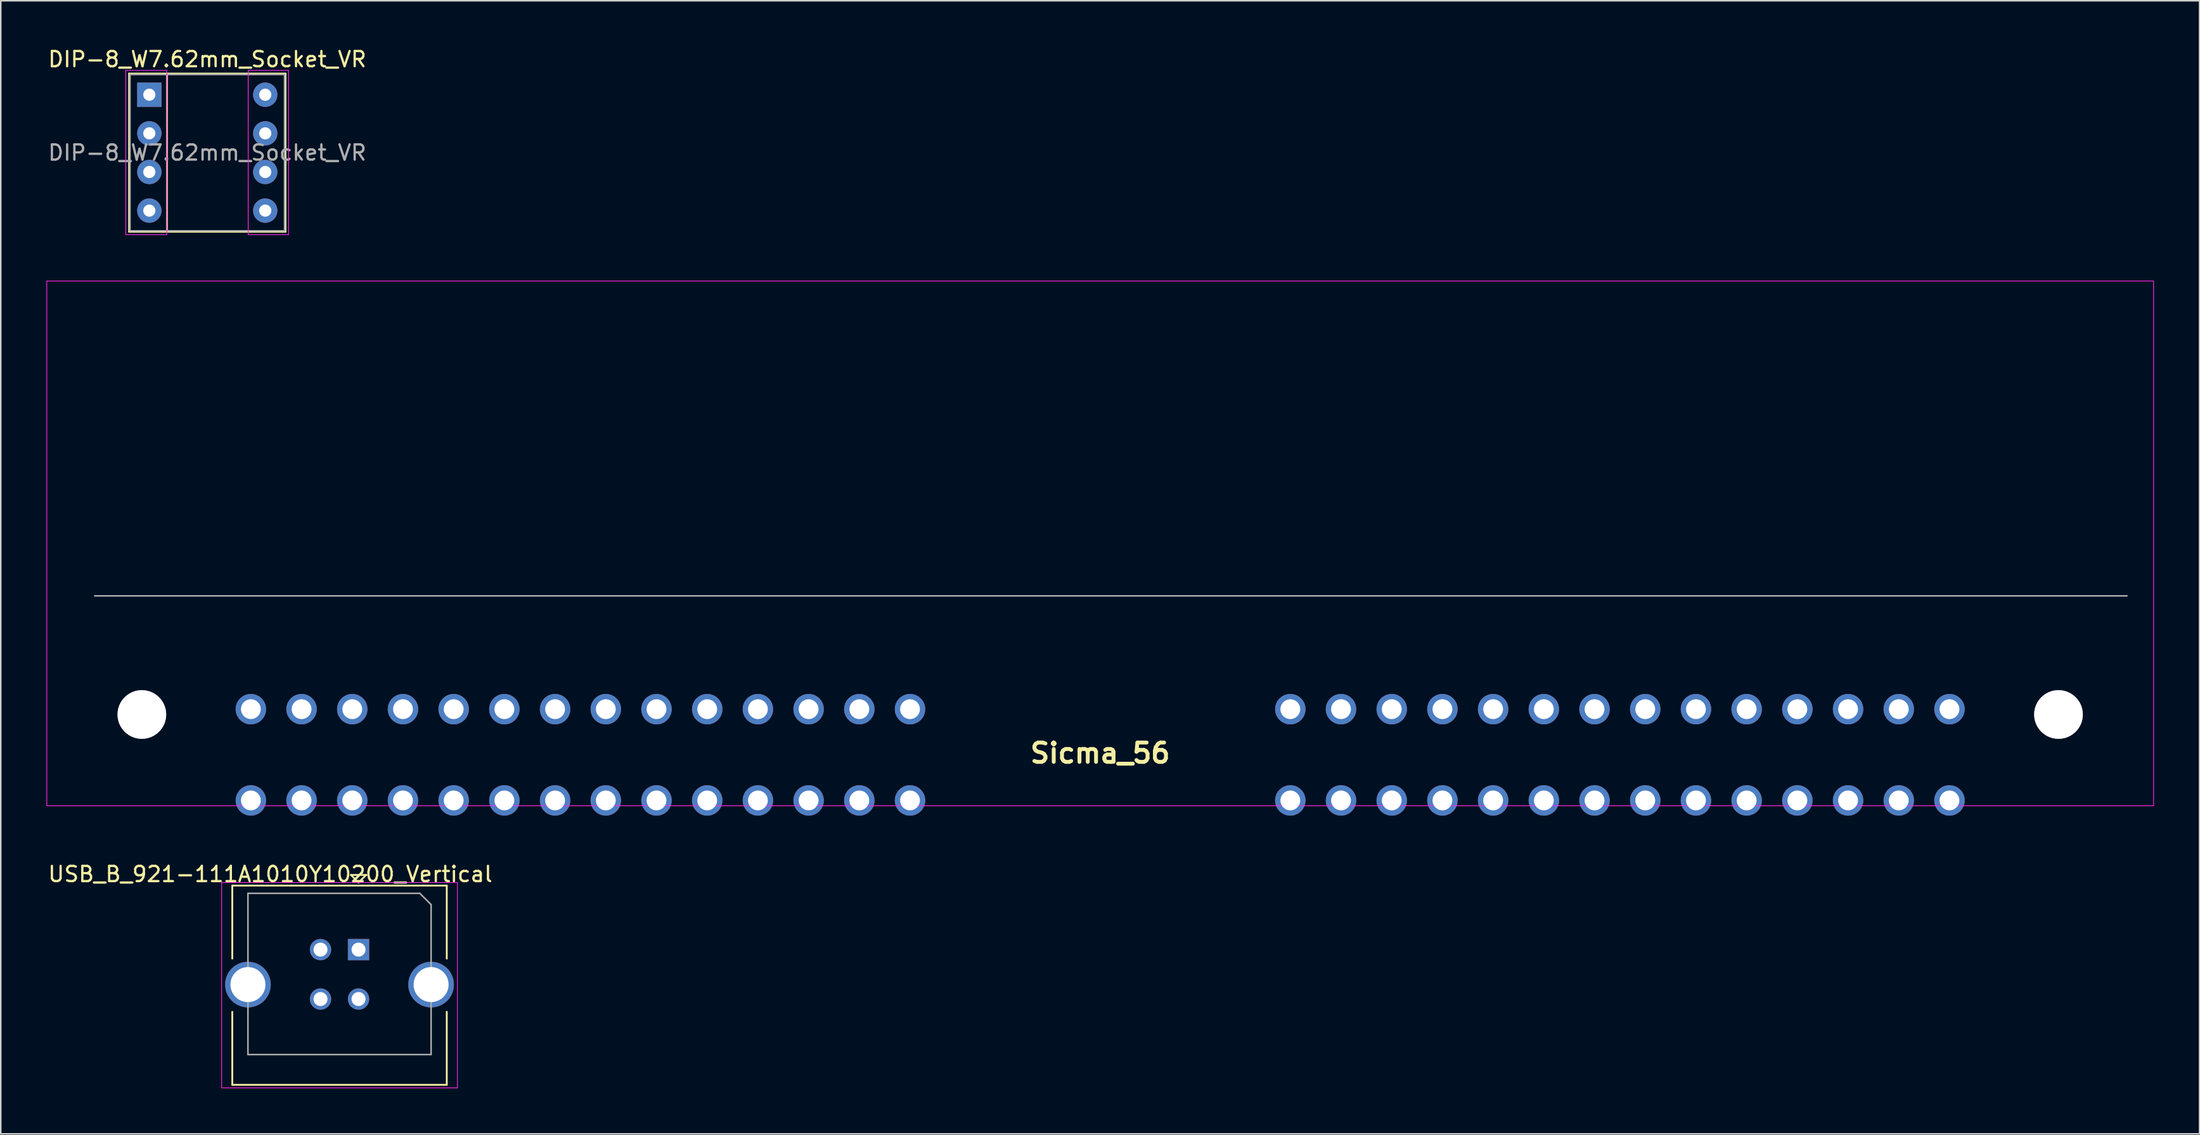
<source format=kicad_pcb>
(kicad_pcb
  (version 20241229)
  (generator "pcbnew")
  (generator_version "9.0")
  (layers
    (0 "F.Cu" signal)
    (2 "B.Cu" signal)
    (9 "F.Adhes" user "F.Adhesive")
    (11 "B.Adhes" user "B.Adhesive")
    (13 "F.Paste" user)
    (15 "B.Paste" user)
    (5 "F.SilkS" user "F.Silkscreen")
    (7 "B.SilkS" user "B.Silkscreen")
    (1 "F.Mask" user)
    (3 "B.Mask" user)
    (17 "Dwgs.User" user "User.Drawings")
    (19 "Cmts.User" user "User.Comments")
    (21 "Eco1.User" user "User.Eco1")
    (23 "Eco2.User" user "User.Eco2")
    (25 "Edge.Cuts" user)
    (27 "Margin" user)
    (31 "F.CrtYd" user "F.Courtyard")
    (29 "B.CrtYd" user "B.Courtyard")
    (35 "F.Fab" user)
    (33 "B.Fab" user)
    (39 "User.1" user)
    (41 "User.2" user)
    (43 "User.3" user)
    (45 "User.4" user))
  (footprint "Sicma_56"
    (layer "F.Cu")
    (at 69.275 43.928)
    (property "Reference" "Sicma_56" (at 0 2.54 180) (layer "F.SilkS") (effects (font (size 1.27 1.27) (thickness 0.254))))
    (attr through_hole)
    (fp_line (start -63 0) (end -63 1) (stroke (width 0.12) (type solid)) (layer "Dwgs.User"))
    (fp_line (start -32.5 -0.35) (end -32.5 -0.05) (stroke (width 0.12) (type solid)) (layer "Dwgs.User"))
    (fp_line (start -32.5 5.65) (end -32.5 5.95) (stroke (width 0.12) (type solid)) (layer "Dwgs.User"))
    (fp_line (start 32.5 -0.35) (end 32.5 -0.65) (stroke (width 0.12) (type solid)) (layer "Dwgs.User"))
    (fp_line (start 32.5 5.65) (end 32.5 5.35) (stroke (width 0.12) (type solid)) (layer "Dwgs.User"))
    (fp_line (start 63 0) (end 63 1) (stroke (width 0.12) (type solid)) (layer "Dwgs.User"))
    (fp_line (start -69.25 -28.5) (end -69.25 6) (stroke (width 0.05) (type solid)) (layer "F.CrtYd"))
    (fp_line (start -69.25 6) (end 69.25 6) (stroke (width 0.05) (type solid)) (layer "F.CrtYd"))
    (fp_line (start 69.25 -28.5) (end -69.25 -28.5) (stroke (width 0.05) (type solid)) (layer "F.CrtYd"))
    (fp_line (start 69.25 6) (end 69.25 -28.5) (stroke (width 0.05) (type solid)) (layer "F.CrtYd"))
    (fp_line (start 67.5 -7.8) (end -66.1 -7.8) (stroke (width 0.1) (type solid)) (layer "F.Fab"))
    (pad "" thru_hole circle (at -63 0) (size 3.2 3.2) (drill 3.2) (layers "*.Cu" "*.Mask"))
    (pad "" thru_hole circle (at 63 0) (size 3.2 3.2) (drill 3.2) (layers "*.Cu" "*.Mask"))
    (pad "1" thru_hole circle (at -55.833 -0.35) (size 2 2) (drill 1.3) (layers "*.Cu" "*.Mask"))
    (pad "2" thru_hole circle (at -52.5 -0.35) (size 2 2) (drill 1.3) (layers "*.Cu" "*.Mask"))
    (pad "3" thru_hole circle (at -49.167 -0.35 180) (size 2 2) (drill 1.3) (layers "*.Cu" "*.Mask"))
    (pad "4" thru_hole circle (at -45.833 -0.35 180) (size 2 2) (drill 1.3) (layers "*.Cu" "*.Mask"))
    (pad "5" thru_hole circle (at -42.5 -0.35 180) (size 2 2) (drill 1.3) (layers "*.Cu" "*.Mask"))
    (pad "6" thru_hole circle (at -39.167 -0.35 180) (size 2 2) (drill 1.3) (layers "*.Cu" "*.Mask"))
    (pad "7" thru_hole circle (at -35.833 -0.35 180) (size 2 2) (drill 1.3) (layers "*.Cu" "*.Mask"))
    (pad "8" thru_hole circle (at -32.5 -0.35 180) (size 2 2) (drill 1.3) (layers "*.Cu" "*.Mask"))
    (pad "9" thru_hole circle (at -29.167 -0.35 180) (size 2 2) (drill 1.3) (layers "*.Cu" "*.Mask"))
    (pad "10" thru_hole circle (at -25.833 -0.35 180) (size 2 2) (drill 1.3) (layers "*.Cu" "*.Mask"))
    (pad "11" thru_hole circle (at -22.5 -0.35 180) (size 2 2) (drill 1.3) (layers "*.Cu" "*.Mask"))
    (pad "12" thru_hole circle (at -19.167 -0.35 180) (size 2 2) (drill 1.3) (layers "*.Cu" "*.Mask"))
    (pad "13" thru_hole circle (at -15.833 -0.35 180) (size 2 2) (drill 1.3) (layers "*.Cu" "*.Mask"))
    (pad "14" thru_hole circle (at -12.5 -0.35 180) (size 2 2) (drill 1.3) (layers "*.Cu" "*.Mask"))
    (pad "15" thru_hole circle (at -55.833 5.65) (size 2 2) (drill 1.3) (layers "*.Cu" "*.Mask"))
    (pad "16" thru_hole circle (at -52.5 5.65) (size 2 2) (drill 1.3) (layers "*.Cu" "*.Mask"))
    (pad "17" thru_hole circle (at -49.167 5.65 180) (size 2 2) (drill 1.3) (layers "*.Cu" "*.Mask"))
    (pad "18" thru_hole circle (at -45.833 5.65 180) (size 2 2) (drill 1.3) (layers "*.Cu" "*.Mask"))
    (pad "19" thru_hole circle (at -42.5 5.65 180) (size 2 2) (drill 1.3) (layers "*.Cu" "*.Mask"))
    (pad "20" thru_hole circle (at -39.167 5.65 180) (size 2 2) (drill 1.3) (layers "*.Cu" "*.Mask"))
    (pad "21" thru_hole circle (at -35.833 5.65 180) (size 2 2) (drill 1.3) (layers "*.Cu" "*.Mask"))
    (pad "22" thru_hole circle (at -32.5 5.65 180) (size 2 2) (drill 1.3) (layers "*.Cu" "*.Mask"))
    (pad "23" thru_hole circle (at -29.167 5.65 180) (size 2 2) (drill 1.3) (layers "*.Cu" "*.Mask"))
    (pad "24" thru_hole circle (at -25.833 5.65 180) (size 2 2) (drill 1.3) (layers "*.Cu" "*.Mask"))
    (pad "25" thru_hole circle (at -22.5 5.65 180) (size 2 2) (drill 1.3) (layers "*.Cu" "*.Mask"))
    (pad "26" thru_hole circle (at -19.167 5.65 180) (size 2 2) (drill 1.3) (layers "*.Cu" "*.Mask"))
    (pad "27" thru_hole circle (at -15.833 5.65 180) (size 2 2) (drill 1.3) (layers "*.Cu" "*.Mask"))
    (pad "28" thru_hole circle (at -12.5 5.65 180) (size 2 2) (drill 1.3) (layers "*.Cu" "*.Mask"))
    (pad "29" thru_hole circle (at 12.5 -0.35) (size 2 2) (drill 1.3) (layers "*.Cu" "*.Mask"))
    (pad "30" thru_hole circle (at 15.833 -0.35) (size 2 2) (drill 1.3) (layers "*.Cu" "*.Mask"))
    (pad "31" thru_hole circle (at 19.167 -0.35) (size 2 2) (drill 1.3) (layers "*.Cu" "*.Mask"))
    (pad "32" thru_hole circle (at 22.5 -0.35) (size 2 2) (drill 1.3) (layers "*.Cu" "*.Mask"))
    (pad "33" thru_hole circle (at 25.833 -0.35) (size 2 2) (drill 1.3) (layers "*.Cu" "*.Mask"))
    (pad "34" thru_hole circle (at 29.167 -0.35) (size 2 2) (drill 1.3) (layers "*.Cu" "*.Mask"))
    (pad "35" thru_hole circle (at 32.5 -0.35) (size 2 2) (drill 1.3) (layers "*.Cu" "*.Mask"))
    (pad "36" thru_hole circle (at 35.833 -0.35) (size 2 2) (drill 1.3) (layers "*.Cu" "*.Mask"))
    (pad "37" thru_hole circle (at 39.167 -0.35) (size 2 2) (drill 1.3) (layers "*.Cu" "*.Mask"))
    (pad "38" thru_hole circle (at 42.5 -0.35) (size 2 2) (drill 1.3) (layers "*.Cu" "*.Mask"))
    (pad "39" thru_hole circle (at 45.833 -0.35) (size 2 2) (drill 1.3) (layers "*.Cu" "*.Mask"))
    (pad "40" thru_hole circle (at 49.167 -0.35) (size 2 2) (drill 1.3) (layers "*.Cu" "*.Mask"))
    (pad "41" thru_hole circle (at 52.5 -0.35 180) (size 2 2) (drill 1.3) (layers "*.Cu" "*.Mask"))
    (pad "42" thru_hole circle (at 55.833 -0.35 180) (size 2 2) (drill 1.3) (layers "*.Cu" "*.Mask"))
    (pad "43" thru_hole circle (at 12.5 5.65) (size 2 2) (drill 1.3) (layers "*.Cu" "*.Mask"))
    (pad "44" thru_hole circle (at 15.833 5.65) (size 2 2) (drill 1.3) (layers "*.Cu" "*.Mask"))
    (pad "45" thru_hole circle (at 19.167 5.65) (size 2 2) (drill 1.3) (layers "*.Cu" "*.Mask"))
    (pad "46" thru_hole circle (at 22.5 5.65) (size 2 2) (drill 1.3) (layers "*.Cu" "*.Mask"))
    (pad "47" thru_hole circle (at 25.833 5.65) (size 2 2) (drill 1.3) (layers "*.Cu" "*.Mask"))
    (pad "48" thru_hole circle (at 29.167 5.65) (size 2 2) (drill 1.3) (layers "*.Cu" "*.Mask"))
    (pad "49" thru_hole circle (at 32.5 5.65) (size 2 2) (drill 1.3) (layers "*.Cu" "*.Mask"))
    (pad "50" thru_hole circle (at 35.833 5.65) (size 2 2) (drill 1.3) (layers "*.Cu" "*.Mask"))
    (pad "51" thru_hole circle (at 39.167 5.65) (size 2 2) (drill 1.3) (layers "*.Cu" "*.Mask"))
    (pad "52" thru_hole circle (at 42.5 5.65) (size 2 2) (drill 1.3) (layers "*.Cu" "*.Mask"))
    (pad "53" thru_hole circle (at 45.833 5.65) (size 2 2) (drill 1.3) (layers "*.Cu" "*.Mask"))
    (pad "54" thru_hole circle (at 49.167 5.65) (size 2 2) (drill 1.3) (layers "*.Cu" "*.Mask"))
    (pad "55" thru_hole circle (at 52.5 5.65 180) (size 2 2) (drill 1.3) (layers "*.Cu" "*.Mask"))
    (pad "56" thru_hole circle (at 55.833 5.65 180) (size 2 2) (drill 1.3) (layers "*.Cu" "*.Mask")))
  (footprint "DIP-8_W7.62mm_Socket_VR"
    (layer "F.Cu")
    (at 6.767 3.178)
    (property "Reference" "DIP-8_W7.62mm_Socket_VR" (at 3.81 -2.33 0) (layer "F.SilkS") (effects (font (size 1 1) (thickness 0.15))))
    (attr through_hole)
    (fp_line (start -1.33 -1.39) (end -1.33 9.01) (stroke (width 0.12) (type solid)) (layer "F.SilkS"))
    (fp_line (start -1.33 9.01) (end 8.95 9.01) (stroke (width 0.12) (type solid)) (layer "F.SilkS"))
    (fp_line (start 1.16 -1.33) (end 1.16 8.95) (stroke (width 0.12) (type solid)) (layer "F.SilkS"))
    (fp_line (start 8.95 -1.39) (end -1.33 -1.39) (stroke (width 0.12) (type solid)) (layer "F.SilkS"))
    (fp_line (start 8.95 9.01) (end 8.95 -1.39) (stroke (width 0.12) (type solid)) (layer "F.SilkS"))
    (fp_line (start -1.55 -1.6) (end -1.55 9.2) (stroke (width 0.05) (type solid)) (layer "F.CrtYd"))
    (fp_line (start -1.55 9.2) (end 1.15 9.2) (stroke (width 0.05) (type solid)) (layer "F.CrtYd"))
    (fp_line (start 1.15 -1.6) (end -1.55 -1.6) (stroke (width 0.05) (type solid)) (layer "F.CrtYd"))
    (fp_line (start 1.15 9.2) (end 1.15 -1.6) (stroke (width 0.05) (type solid)) (layer "F.CrtYd"))
    (fp_line (start 6.5 9.2) (end 6.5 -1.6) (stroke (width 0.05) (type solid)) (layer "F.CrtYd"))
    (fp_line (start 6.5 9.2) (end 9.15 9.2) (stroke (width 0.05) (type solid)) (layer "F.CrtYd"))
    (fp_line (start 9.15 -1.6) (end 6.5 -1.6) (stroke (width 0.05) (type solid)) (layer "F.CrtYd"))
    (fp_line (start 9.15 9.2) (end 9.15 -1.6) (stroke (width 0.05) (type solid)) (layer "F.CrtYd"))
    (fp_line (start -1.27 -1.33) (end -1.27 8.95) (stroke (width 0.1) (type solid)) (layer "F.Fab"))
    (fp_line (start -1.27 8.95) (end 8.89 8.95) (stroke (width 0.1) (type solid)) (layer "F.Fab"))
    (fp_line (start 8.89 -1.33) (end -1.27 -1.33) (stroke (width 0.1) (type solid)) (layer "F.Fab"))
    (fp_line (start 8.89 8.95) (end 8.89 -1.33) (stroke (width 0.1) (type solid)) (layer "F.Fab"))
    (fp_text user "${REFERENCE}" (at 3.81 3.81 0) (layer "F.Fab") (effects (font (size 1 1) (thickness 0.15))))
    (pad "1" thru_hole rect (at 0 0) (size 1.6 1.6) (drill 0.8) (layers "*.Cu" "*.Mask"))
    (pad "2" thru_hole oval (at 0 2.54) (size 1.6 1.6) (drill 0.8) (layers "*.Cu" "*.Mask"))
    (pad "3" thru_hole oval (at 0 5.08) (size 1.6 1.6) (drill 0.8) (layers "*.Cu" "*.Mask"))
    (pad "4" thru_hole oval (at 0 7.62) (size 1.6 1.6) (drill 0.8) (layers "*.Cu" "*.Mask"))
    (pad "5" thru_hole oval (at 7.62 7.62) (size 1.6 1.6) (drill 0.8) (layers "*.Cu" "*.Mask"))
    (pad "6" thru_hole oval (at 7.62 5.08) (size 1.6 1.6) (drill 0.8) (layers "*.Cu" "*.Mask"))
    (pad "7" thru_hole oval (at 7.62 2.54) (size 1.6 1.6) (drill 0.8) (layers "*.Cu" "*.Mask"))
    (pad "8" thru_hole oval (at 7.62 0) (size 1.6 1.6) (drill 0.8) (layers "*.Cu" "*.Mask")))
  (footprint "USB_B_921-111A1010Y10200_Vertical"
    (layer "F.Cu")
    (at 20.52 58.977)
    (property "Reference" "USB_B_921-111A1010Y10200_Vertical" (at -5.8 -4.55 0) (layer "F.SilkS") (effects (font (size 1 1) (thickness 0.15))))
    (attr through_hole)
    (fp_line (start -8.3 -3.8) (end 5.8 -3.8) (stroke (width 0.12) (type solid)) (layer "F.SilkS"))
    (fp_line (start -8.3 1) (end -8.3 -3.8) (stroke (width 0.12) (type solid)) (layer "F.SilkS"))
    (fp_line (start -8.3 9.3) (end -8.3 4.5) (stroke (width 0.12) (type solid)) (layer "F.SilkS"))
    (fp_line (start -0.5 -4.5) (end 0 -4) (stroke (width 0.12) (type solid)) (layer "F.SilkS"))
    (fp_line (start 0 -4) (end 0.5 -4.5) (stroke (width 0.12) (type solid)) (layer "F.SilkS"))
    (fp_line (start 0.5 -4.5) (end -0.5 -4.5) (stroke (width 0.12) (type solid)) (layer "F.SilkS"))
    (fp_line (start 5.8 -3.8) (end 5.8 1) (stroke (width 0.12) (type solid)) (layer "F.SilkS"))
    (fp_line (start 5.8 4.5) (end 5.8 9.3) (stroke (width 0.12) (type solid)) (layer "F.SilkS"))
    (fp_line (start 5.8 9.3) (end -8.3 9.3) (stroke (width 0.12) (type solid)) (layer "F.SilkS"))
    (fp_line (start -9 -4) (end -9 9.5) (stroke (width 0.05) (type solid)) (layer "F.CrtYd"))
    (fp_line (start -9 -4) (end 6.5 -4) (stroke (width 0.05) (type solid)) (layer "F.CrtYd"))
    (fp_line (start 6.5 9.5) (end -9 9.5) (stroke (width 0.05) (type solid)) (layer "F.CrtYd"))
    (fp_line (start 6.5 9.5) (end 6.5 -4) (stroke (width 0.05) (type solid)) (layer "F.CrtYd"))
    (fp_line (start -7.27 -3.29) (end 4.03 -3.29) (stroke (width 0.1) (type solid)) (layer "F.Fab"))
    (fp_line (start -7.27 7.31) (end -7.27 -3.29) (stroke (width 0.1) (type solid)) (layer "F.Fab"))
    (fp_line (start 4.03 -3.29) (end 4.77 -2.55) (stroke (width 0.1) (type solid)) (layer "F.Fab"))
    (fp_line (start 4.77 -2.55) (end 4.77 7.31) (stroke (width 0.1) (type solid)) (layer "F.Fab"))
    (fp_line (start 4.77 7.31) (end -7.27 7.31) (stroke (width 0.1) (type solid)) (layer "F.Fab"))
    (pad "1" thru_hole rect (at 0 0.41) (size 1.4 1.4) (drill 0.92) (layers "*.Cu" "*.Mask"))
    (pad "2" thru_hole circle (at -2.5 0.41) (size 1.4 1.4) (drill 0.92) (layers "*.Cu" "*.Mask"))
    (pad "3" thru_hole circle (at -2.5 3.66) (size 1.4 1.4) (drill 0.92) (layers "*.Cu" "*.Mask"))
    (pad "4" thru_hole circle (at 0 3.66) (size 1.4 1.4) (drill 0.92) (layers "*.Cu" "*.Mask"))
    (pad "5" thru_hole circle (at -7.27 2.71) (size 3 3) (drill 2.3) (layers "*.Cu" "*.Mask"))
    (pad "5" thru_hole circle (at 4.77 2.71) (size 3 3) (drill 2.3) (layers "*.Cu" "*.Mask")))
  (gr_rect
    (start -3 -3)
    (end 141.55 71.501)
    (stroke (width 0.1) (type default))
    (fill no)
    (layer "Edge.Cuts")))
</source>
